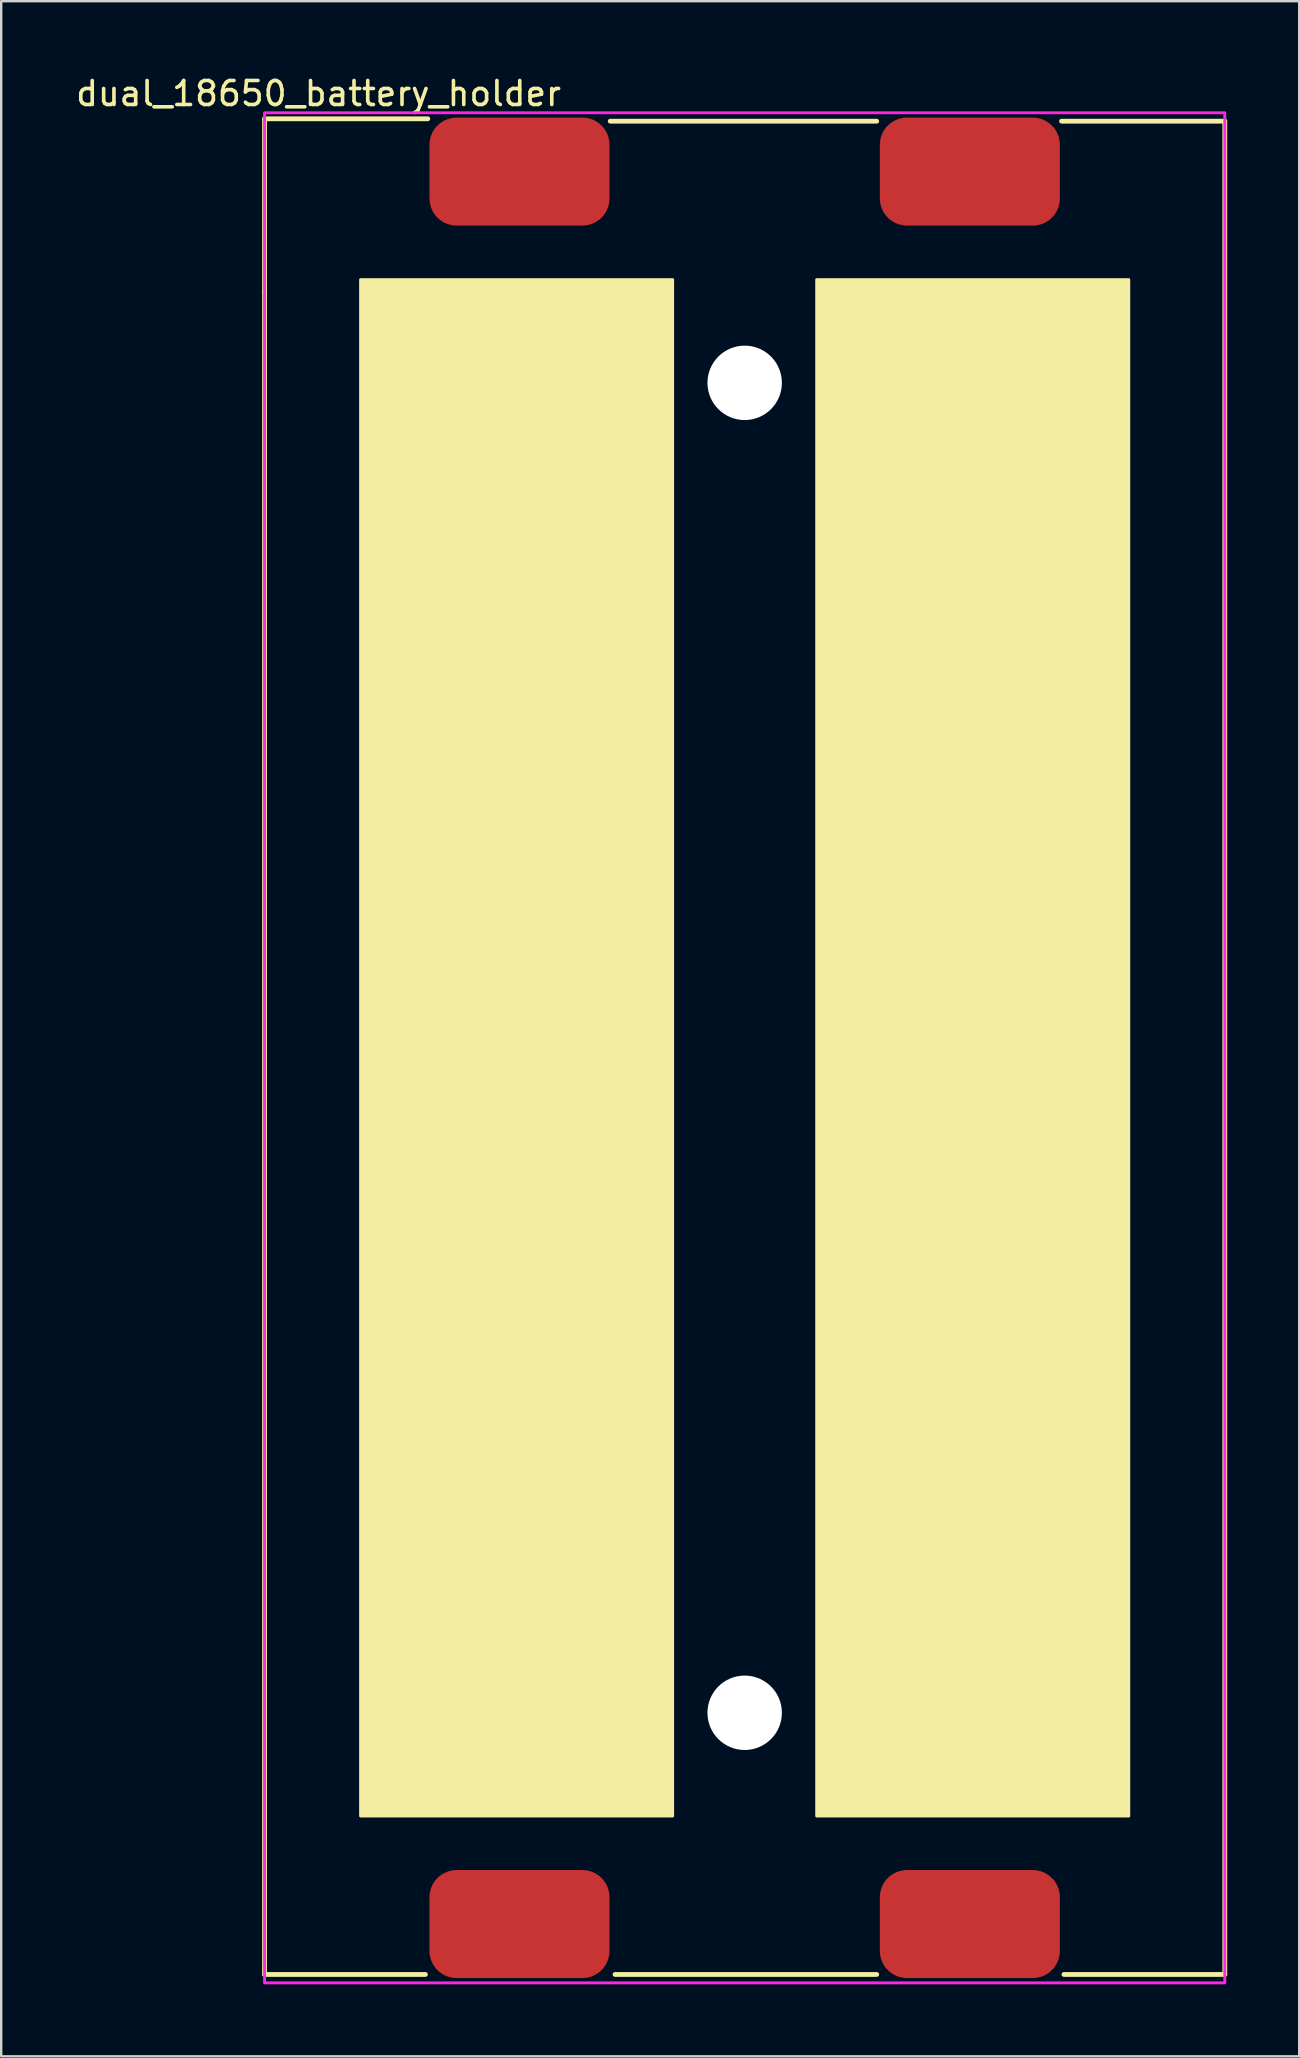
<source format=kicad_pcb>
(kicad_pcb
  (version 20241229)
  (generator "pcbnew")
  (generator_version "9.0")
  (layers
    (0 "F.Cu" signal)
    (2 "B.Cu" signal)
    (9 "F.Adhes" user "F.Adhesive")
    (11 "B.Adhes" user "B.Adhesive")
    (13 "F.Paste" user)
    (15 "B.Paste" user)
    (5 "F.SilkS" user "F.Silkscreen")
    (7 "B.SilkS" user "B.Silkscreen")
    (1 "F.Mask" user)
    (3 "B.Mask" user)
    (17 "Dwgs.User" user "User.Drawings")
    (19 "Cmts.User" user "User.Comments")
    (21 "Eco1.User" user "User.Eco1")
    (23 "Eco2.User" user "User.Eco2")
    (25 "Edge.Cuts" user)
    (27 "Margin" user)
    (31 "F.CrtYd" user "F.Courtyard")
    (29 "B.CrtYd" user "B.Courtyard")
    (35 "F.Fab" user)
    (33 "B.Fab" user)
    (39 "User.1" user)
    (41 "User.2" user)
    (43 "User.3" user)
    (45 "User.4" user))
  (footprint "dual_18650_battery_holder"
    (layer "F.Cu")
    (at 27.97 40.598)
    (property "Reference" "dual_18650_battery_holder" (at -17.75 -39.75 0) (unlocked yes) (layer "F.SilkS") (effects (font (size 1 1) (thickness 0.15))))
    (attr smd)
    (fp_line (start -20 -38.7) (end -20 -31.5) (stroke (width 0.2) (type default)) (layer "F.SilkS"))
    (fp_line (start -20 -38.7) (end -13.2 -38.7) (stroke (width 0.2) (type default)) (layer "F.SilkS"))
    (fp_line (start -20 -31.5) (end -20 38.6) (stroke (width 0.2) (type default)) (layer "F.SilkS"))
    (fp_line (start -20 38.6) (end -13.3 38.6) (stroke (width 0.2) (type default)) (layer "F.SilkS"))
    (fp_line (start -5.6 -38.6) (end 5.5 -38.6) (stroke (width 0.2) (type default)) (layer "F.SilkS"))
    (fp_line (start -5.4 38.6) (end 5.5 38.6) (stroke (width 0.2) (type default)) (layer "F.SilkS"))
    (fp_line (start 13.3 38.6) (end 20 38.6) (stroke (width 0.2) (type default)) (layer "F.SilkS"))
    (fp_line (start 20 -38.6) (end 13.2 -38.6) (stroke (width 0.2) (type default)) (layer "F.SilkS"))
    (fp_line (start 20 38.6) (end 20 -38.6) (stroke (width 0.2) (type default)) (layer "F.SilkS"))
    (fp_rect (start -16 -32) (end -3 32) (stroke (width 0.12) (type solid)) (fill yes) (layer "F.SilkS"))
    (fp_rect (start 3 -32) (end 16 32) (stroke (width 0.12) (type solid)) (fill yes) (layer "F.SilkS"))
    (fp_rect (start -20 -38.95) (end 20 38.95) (stroke (width 0.12) (type default)) (fill no) (layer "F.CrtYd"))
    (pad "" np_thru_hole circle (at 0 -27.7) (size 3.1 3.1) (drill 3.1) (layers "*.Cu" "*.Mask"))
    (pad "" np_thru_hole circle (at 0 27.7) (size 3.1 3.1) (drill 3.1) (layers "*.Cu" "*.Mask"))
    (pad "1" smd roundrect (at -9.38 -36.5) (size 7.5 4.5) (layers "F.Cu" "F.Mask" "F.Paste") (roundrect_rratio 0.25))
    (pad "2" smd roundrect (at 9.38 -36.5) (size 7.5 4.5) (layers "F.Cu" "F.Mask" "F.Paste") (roundrect_rratio 0.25))
    (pad "3" smd roundrect (at -9.38 36.5) (size 7.5 4.5) (layers "F.Cu" "F.Mask" "F.Paste") (roundrect_rratio 0.25))
    (pad "4" smd roundrect (at 9.38 36.5) (size 7.5 4.5) (layers "F.Cu" "F.Mask" "F.Paste") (roundrect_rratio 0.25)))
  (gr_rect
    (start -3 -3)
    (end 51.07 82.608)
    (stroke (width 0.1) (type default))
    (fill no)
    (layer "Edge.Cuts")))
</source>
